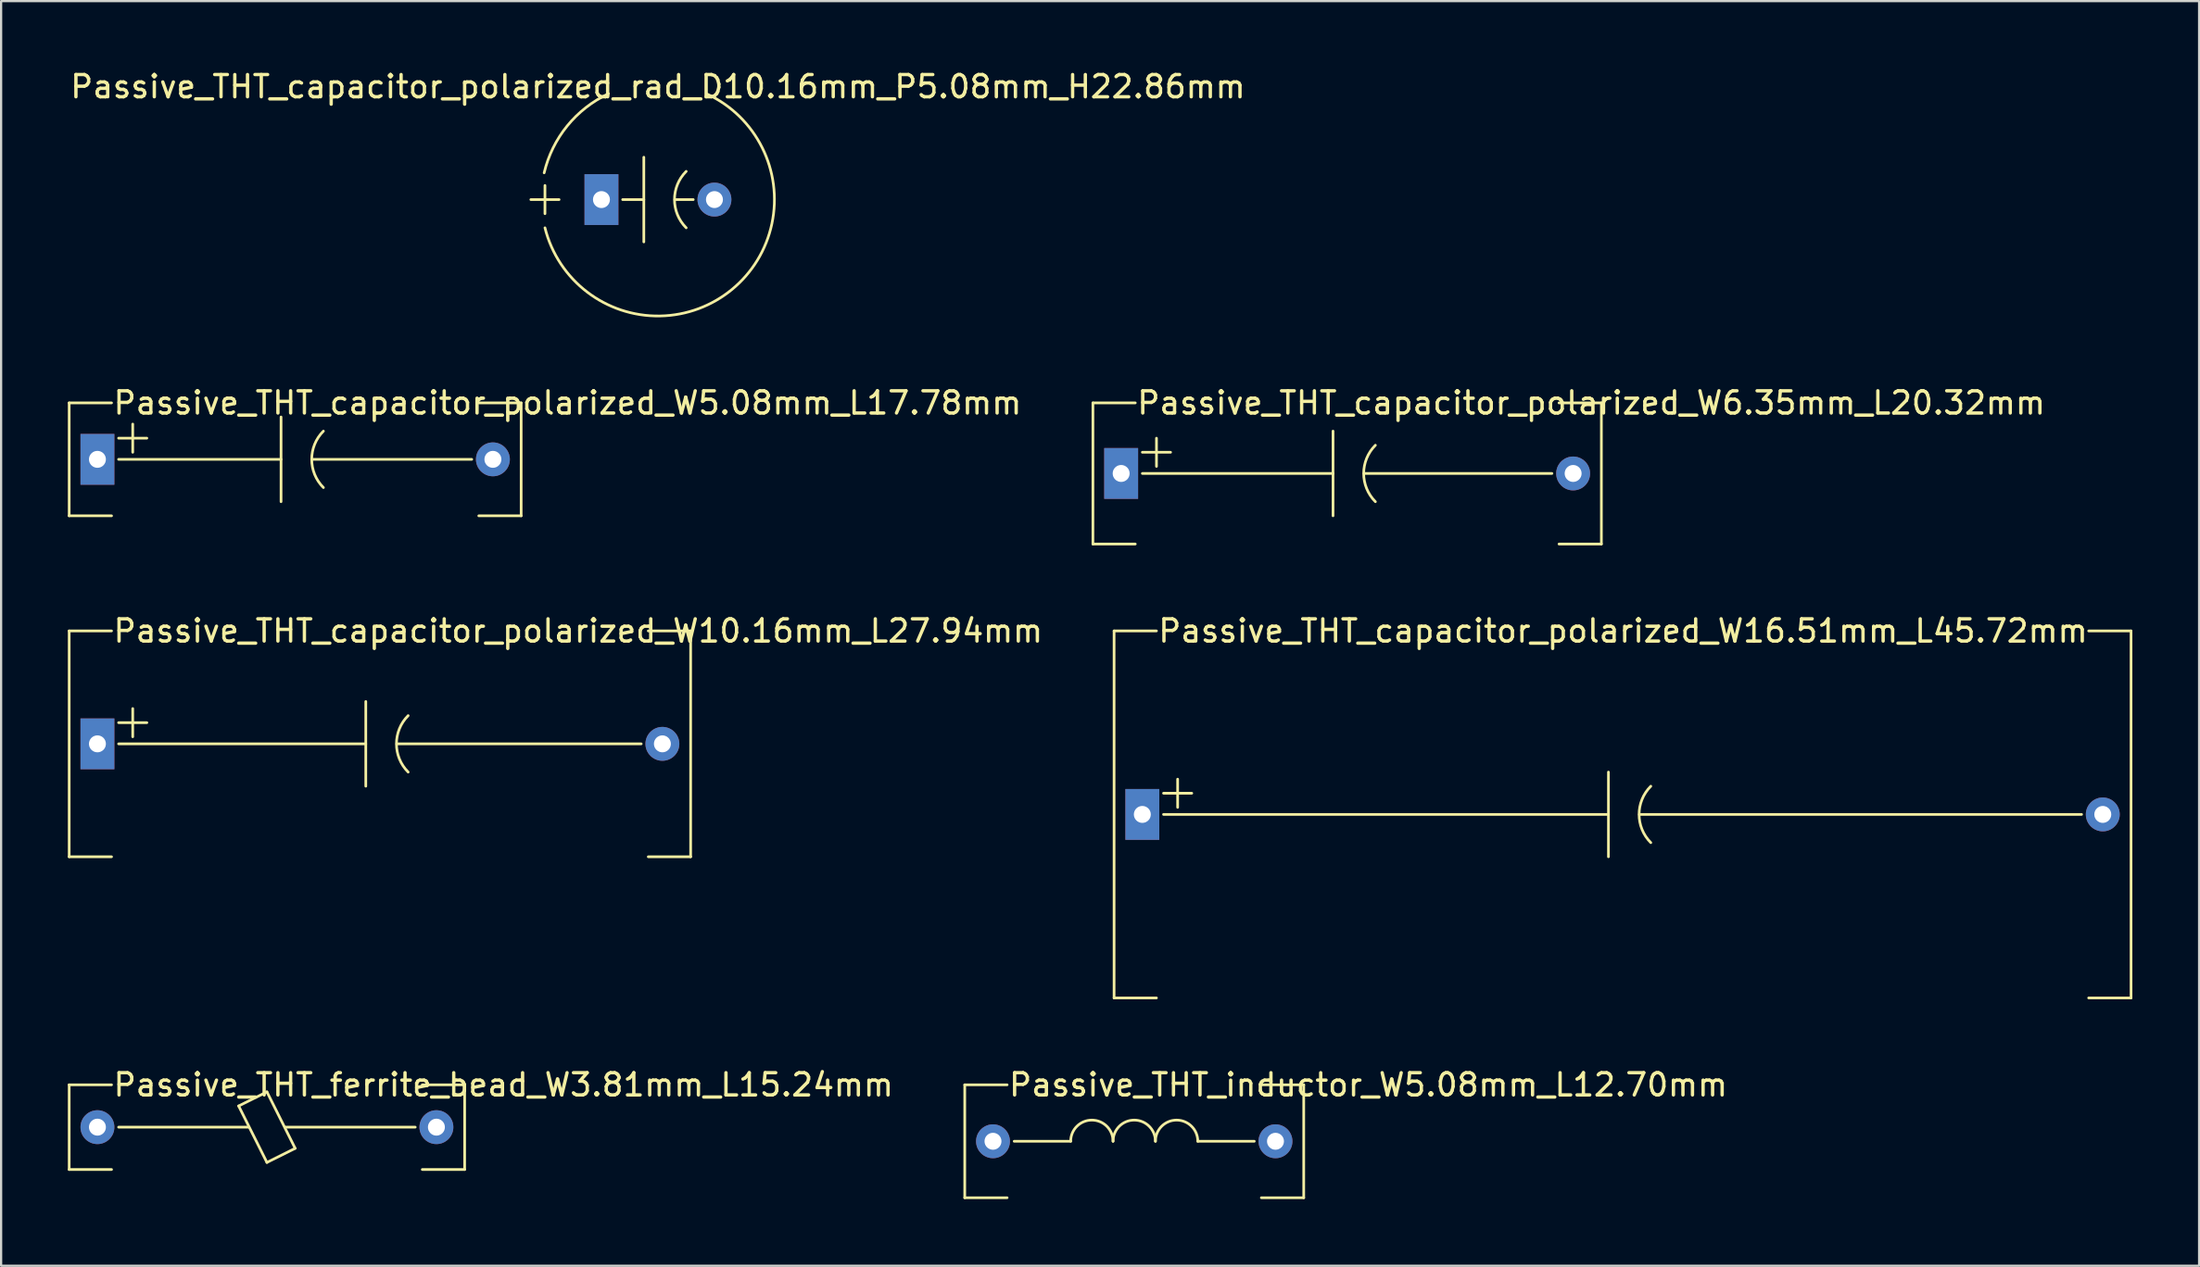
<source format=kicad_pcb>
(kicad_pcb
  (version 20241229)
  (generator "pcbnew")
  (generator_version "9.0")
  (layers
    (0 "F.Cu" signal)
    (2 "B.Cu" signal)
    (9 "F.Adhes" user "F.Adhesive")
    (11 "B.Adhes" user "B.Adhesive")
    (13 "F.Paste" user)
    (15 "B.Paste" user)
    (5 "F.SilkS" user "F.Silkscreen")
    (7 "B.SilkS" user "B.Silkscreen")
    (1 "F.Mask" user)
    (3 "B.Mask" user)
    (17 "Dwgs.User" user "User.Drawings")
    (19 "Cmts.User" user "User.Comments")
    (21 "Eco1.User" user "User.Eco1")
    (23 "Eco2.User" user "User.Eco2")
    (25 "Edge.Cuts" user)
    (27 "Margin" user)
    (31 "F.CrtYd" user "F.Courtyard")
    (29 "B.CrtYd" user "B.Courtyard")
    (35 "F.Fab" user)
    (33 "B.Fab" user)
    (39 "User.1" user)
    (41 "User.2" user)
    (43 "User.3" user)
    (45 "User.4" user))
  (footprint "Passive_THT_inductor_W5.08mm_L12.70mm"
    (layer "F.Cu")
    (at 47.943 48.289)
    (property "Reference" "Passive_THT_inductor_W5.08mm_L12.70mm" (at -5.715 -2.54 0) (layer "F.SilkS") (effects (font (size 1 1) (thickness 0.15)) (justify left)))
    (attr through_hole)
    (fp_line (start -7.62 -2.54) (end -5.715 -2.54) (stroke (width 0.12) (type solid)) (layer "F.SilkS"))
    (fp_line (start -7.62 2.54) (end -7.62 -2.54) (stroke (width 0.12) (type solid)) (layer "F.SilkS"))
    (fp_line (start -5.715 2.54) (end -7.62 2.54) (stroke (width 0.12) (type solid)) (layer "F.SilkS"))
    (fp_line (start -5.397 0) (end -2.857 0) (stroke (width 0.12) (type solid)) (layer "F.SilkS"))
    (fp_line (start 2.857 0) (end 5.397 0) (stroke (width 0.12) (type solid)) (layer "F.SilkS"))
    (fp_line (start 5.715 -2.54) (end 7.62 -2.54) (stroke (width 0.12) (type solid)) (layer "F.SilkS"))
    (fp_line (start 7.62 -2.54) (end 7.62 2.54) (stroke (width 0.12) (type solid)) (layer "F.SilkS"))
    (fp_line (start 7.62 2.54) (end 5.715 2.54) (stroke (width 0.12) (type solid)) (layer "F.SilkS"))
    (fp_arc (start -2.8575 0) (mid -1.905 -0.9525) (end -0.9525 0) (stroke (width 0.12) (type solid)) (layer "F.SilkS"))
    (fp_arc (start -0.9525 0) (mid 0 -0.9525) (end 0.9525 0) (stroke (width 0.12) (type solid)) (layer "F.SilkS"))
    (fp_arc (start 0.9525 0) (mid 1.905 -0.9525) (end 2.8575 0) (stroke (width 0.12) (type solid)) (layer "F.SilkS"))
    (pad "1" thru_hole circle (at -6.35 0) (size 1.524 1.524) (drill 0.762) (layers "*.Cu" "*.Mask"))
    (pad "2" thru_hole circle (at 6.35 0) (size 1.524 1.524) (drill 0.762) (layers "*.Cu" "*.Mask")))
  (footprint "Passive_THT_ferrite_bead_W3.81mm_L15.24mm"
    (layer "F.Cu")
    (at 8.95 47.654)
    (property "Reference" "Passive_THT_ferrite_bead_W3.81mm_L15.24mm" (at -6.985 -1.905 0) (layer "F.SilkS") (effects (font (size 1 1) (thickness 0.15)) (justify left)))
    (attr through_hole)
    (fp_line (start -8.89 -1.905) (end -6.985 -1.905) (stroke (width 0.12) (type solid)) (layer "F.SilkS"))
    (fp_line (start -8.89 1.905) (end -8.89 -1.905) (stroke (width 0.12) (type solid)) (layer "F.SilkS"))
    (fp_line (start -6.985 1.905) (end -8.89 1.905) (stroke (width 0.12) (type solid)) (layer "F.SilkS"))
    (fp_line (start -6.668 0) (end -0.826 0) (stroke (width 0.12) (type solid)) (layer "F.SilkS"))
    (fp_line (start -1.27 -0.953) (end 0 1.587) (stroke (width 0.12) (type solid)) (layer "F.SilkS"))
    (fp_line (start 0 -1.587) (end -1.27 -0.953) (stroke (width 0.12) (type solid)) (layer "F.SilkS"))
    (fp_line (start 0 1.587) (end 1.27 0.953) (stroke (width 0.12) (type solid)) (layer "F.SilkS"))
    (fp_line (start 0.826 0) (end 6.668 0) (stroke (width 0.12) (type solid)) (layer "F.SilkS"))
    (fp_line (start 1.27 0.953) (end 0 -1.587) (stroke (width 0.12) (type solid)) (layer "F.SilkS"))
    (fp_line (start 6.985 -1.905) (end 8.89 -1.905) (stroke (width 0.12) (type solid)) (layer "F.SilkS"))
    (fp_line (start 8.89 -1.905) (end 8.89 1.905) (stroke (width 0.12) (type solid)) (layer "F.SilkS"))
    (fp_line (start 8.89 1.905) (end 6.985 1.905) (stroke (width 0.12) (type solid)) (layer "F.SilkS"))
    (pad "1" thru_hole circle (at -7.62 0) (size 1.524 1.524) (drill 0.762) (layers "*.Cu" "*.Mask"))
    (pad "2" thru_hole circle (at 7.62 0) (size 1.524 1.524) (drill 0.762) (layers "*.Cu" "*.Mask")))
  (footprint "Passive_THT_capacitor_polarized_W6.35mm_L20.32mm"
    (layer "F.Cu")
    (at 57.515 18.248)
    (property "Reference" "Passive_THT_capacitor_polarized_W6.35mm_L20.32mm" (at -9.525 -3.175 0) (layer "F.SilkS") (effects (font (size 1 1) (thickness 0.15)) (justify left)))
    (attr through_hole)
    (fp_line (start -11.43 -3.175) (end -9.525 -3.175) (stroke (width 0.12) (type solid)) (layer "F.SilkS"))
    (fp_line (start -11.43 3.175) (end -11.43 -3.175) (stroke (width 0.12) (type solid)) (layer "F.SilkS"))
    (fp_line (start -9.525 3.175) (end -11.43 3.175) (stroke (width 0.12) (type solid)) (layer "F.SilkS"))
    (fp_line (start -9.207 0) (end -0.635 0) (stroke (width 0.12) (type solid)) (layer "F.SilkS"))
    (fp_line (start -8.572 -0.318) (end -8.572 -1.587) (stroke (width 0.12) (type solid)) (layer "F.SilkS"))
    (fp_line (start -7.938 -0.953) (end -9.207 -0.953) (stroke (width 0.12) (type solid)) (layer "F.SilkS"))
    (fp_line (start -0.635 -1.905) (end -0.635 1.905) (stroke (width 0.12) (type solid)) (layer "F.SilkS"))
    (fp_line (start 0.762 0) (end 9.207 0) (stroke (width 0.12) (type solid)) (layer "F.SilkS"))
    (fp_line (start 9.525 -3.175) (end 11.43 -3.175) (stroke (width 0.12) (type solid)) (layer "F.SilkS"))
    (fp_line (start 11.43 -3.175) (end 11.43 3.175) (stroke (width 0.12) (type solid)) (layer "F.SilkS"))
    (fp_line (start 11.43 3.175) (end 9.525 3.175) (stroke (width 0.12) (type solid)) (layer "F.SilkS"))
    (fp_arc (start 1.270001 1.269999) (mid 0.74395 0) (end 1.270001 -1.269999) (stroke (width 0.12) (type solid)) (layer "F.SilkS"))
    (pad "1" thru_hole rect (at -10.16 0) (size 1.524 2.286) (drill 0.762) (layers "*.Cu" "*.Mask"))
    (pad "2" thru_hole circle (at 10.16 0) (size 1.524 1.524) (drill 0.762) (layers "*.Cu" "*.Mask")))
  (footprint "Passive_THT_capacitor_polarized_W10.16mm_L27.94mm"
    (layer "F.Cu")
    (at 14.03 30.411)
    (property "Reference" "Passive_THT_capacitor_polarized_W10.16mm_L27.94mm" (at -12.065 -5.08 0) (layer "F.SilkS") (effects (font (size 1 1) (thickness 0.15)) (justify left)))
    (attr through_hole)
    (fp_line (start -13.97 -5.08) (end -12.065 -5.08) (stroke (width 0.12) (type solid)) (layer "F.SilkS"))
    (fp_line (start -13.97 5.08) (end -13.97 -5.08) (stroke (width 0.12) (type solid)) (layer "F.SilkS"))
    (fp_line (start -12.065 5.08) (end -13.97 5.08) (stroke (width 0.12) (type solid)) (layer "F.SilkS"))
    (fp_line (start -11.748 0) (end -0.635 0) (stroke (width 0.12) (type solid)) (layer "F.SilkS"))
    (fp_line (start -11.113 -0.318) (end -11.113 -1.587) (stroke (width 0.12) (type solid)) (layer "F.SilkS"))
    (fp_line (start -10.477 -0.953) (end -11.748 -0.953) (stroke (width 0.12) (type solid)) (layer "F.SilkS"))
    (fp_line (start -0.635 -1.905) (end -0.635 1.905) (stroke (width 0.12) (type solid)) (layer "F.SilkS"))
    (fp_line (start 0.762 0) (end 11.748 0) (stroke (width 0.12) (type solid)) (layer "F.SilkS"))
    (fp_line (start 12.065 -5.08) (end 13.97 -5.08) (stroke (width 0.12) (type solid)) (layer "F.SilkS"))
    (fp_line (start 13.97 -5.08) (end 13.97 5.08) (stroke (width 0.12) (type solid)) (layer "F.SilkS"))
    (fp_line (start 13.97 5.08) (end 12.065 5.08) (stroke (width 0.12) (type solid)) (layer "F.SilkS"))
    (fp_arc (start 1.270001 1.269999) (mid 0.74395 0) (end 1.270001 -1.269999) (stroke (width 0.12) (type solid)) (layer "F.SilkS"))
    (pad "1" thru_hole rect (at -12.7 0) (size 1.524 2.286) (drill 0.762) (layers "*.Cu" "*.Mask"))
    (pad "2" thru_hole circle (at 12.7 0) (size 1.524 1.524) (drill 0.762) (layers "*.Cu" "*.Mask")))
  (footprint "Passive_THT_capacitor_polarized_W5.08mm_L17.78mm"
    (layer "F.Cu")
    (at 10.22 17.613)
    (property "Reference" "Passive_THT_capacitor_polarized_W5.08mm_L17.78mm" (at -8.255 -2.54 0) (layer "F.SilkS") (effects (font (size 1 1) (thickness 0.15)) (justify left)))
    (attr through_hole)
    (fp_line (start -10.16 -2.54) (end -8.255 -2.54) (stroke (width 0.12) (type solid)) (layer "F.SilkS"))
    (fp_line (start -10.16 2.54) (end -10.16 -2.54) (stroke (width 0.12) (type solid)) (layer "F.SilkS"))
    (fp_line (start -8.255 2.54) (end -10.16 2.54) (stroke (width 0.12) (type solid)) (layer "F.SilkS"))
    (fp_line (start -7.938 0) (end -0.635 0) (stroke (width 0.12) (type solid)) (layer "F.SilkS"))
    (fp_line (start -7.303 -0.318) (end -7.303 -1.587) (stroke (width 0.12) (type solid)) (layer "F.SilkS"))
    (fp_line (start -6.668 -0.953) (end -7.938 -0.953) (stroke (width 0.12) (type solid)) (layer "F.SilkS"))
    (fp_line (start -0.635 -1.905) (end -0.635 1.905) (stroke (width 0.12) (type solid)) (layer "F.SilkS"))
    (fp_line (start 0.762 0) (end 7.938 0) (stroke (width 0.12) (type solid)) (layer "F.SilkS"))
    (fp_line (start 8.255 -2.54) (end 10.16 -2.54) (stroke (width 0.12) (type solid)) (layer "F.SilkS"))
    (fp_line (start 10.16 -2.54) (end 10.16 2.54) (stroke (width 0.12) (type solid)) (layer "F.SilkS"))
    (fp_line (start 10.16 2.54) (end 8.255 2.54) (stroke (width 0.12) (type solid)) (layer "F.SilkS"))
    (fp_arc (start 1.270001 1.269999) (mid 0.74395 0) (end 1.270001 -1.269999) (stroke (width 0.12) (type solid)) (layer "F.SilkS"))
    (pad "1" thru_hole rect (at -8.89 0) (size 1.524 2.286) (drill 0.762) (layers "*.Cu" "*.Mask"))
    (pad "2" thru_hole circle (at 8.89 0) (size 1.524 1.524) (drill 0.762) (layers "*.Cu" "*.Mask")))
  (footprint "Passive_THT_capacitor_polarized_rad_D10.16mm_P5.08mm_H22.86mm"
    (layer "F.Cu")
    (at 26.53 5.928)
    (property "Reference" "Passive_THT_capacitor_polarized_rad_D10.16mm_P5.08mm_H22.86mm" (at 0 -5.08 0) (layer "F.SilkS") (effects (font (size 1 1) (thickness 0.15))))
    (attr through_hole)
    (fp_line (start -5.08 0.635) (end -5.08 -0.635) (stroke (width 0.12) (type solid)) (layer "F.SilkS"))
    (fp_line (start -4.445 0) (end -5.715 0) (stroke (width 0.12) (type solid)) (layer "F.SilkS"))
    (fp_line (start -0.635 -1.905) (end -0.635 1.905) (stroke (width 0.12) (type solid)) (layer "F.SilkS"))
    (fp_line (start -0.635 0) (end -1.587 0) (stroke (width 0.12) (type solid)) (layer "F.SilkS"))
    (fp_line (start 1.587 0) (end 0.762 0) (stroke (width 0.12) (type solid)) (layer "F.SilkS"))
    (fp_arc (start -5.115851 -1.20373) (mid -4.077874 -3.315395) (end -2.222499 -4.762499) (stroke (width 0.12) (type solid)) (layer "F.SilkS"))
    (fp_arc (start 1.270001 1.269999) (mid 0.74395 0) (end 1.270001 -1.269999) (stroke (width 0.12) (type solid)) (layer "F.SilkS"))
    (fp_arc (start 2.214374 -4.745085) (mid 3.331405 4.039929) (end -5.079999 1.269999) (stroke (width 0.12) (type solid)) (layer "F.SilkS"))
    (pad "1" thru_hole rect (at -2.54 0) (size 1.524 2.286) (drill 0.762) (layers "*.Cu" "*.Mask"))
    (pad "2" thru_hole circle (at 2.54 0) (size 1.524 1.524) (drill 0.762) (layers "*.Cu" "*.Mask")))
  (footprint "Passive_THT_capacitor_polarized_W16.51mm_L45.72mm"
    (layer "F.Cu")
    (at 69.897 33.586)
    (property "Reference" "Passive_THT_capacitor_polarized_W16.51mm_L45.72mm" (at -20.955 -8.255 0) (layer "F.SilkS") (effects (font (size 1 1) (thickness 0.15)) (justify left)))
    (attr through_hole)
    (fp_line (start -22.86 -8.255) (end -20.955 -8.255) (stroke (width 0.12) (type solid)) (layer "F.SilkS"))
    (fp_line (start -22.86 8.255) (end -22.86 -8.255) (stroke (width 0.12) (type solid)) (layer "F.SilkS"))
    (fp_line (start -20.955 8.255) (end -22.86 8.255) (stroke (width 0.12) (type solid)) (layer "F.SilkS"))
    (fp_line (start -20.637 0) (end -0.635 0) (stroke (width 0.12) (type solid)) (layer "F.SilkS"))
    (fp_line (start -20.003 -0.318) (end -20.003 -1.587) (stroke (width 0.12) (type solid)) (layer "F.SilkS"))
    (fp_line (start -19.367 -0.953) (end -20.637 -0.953) (stroke (width 0.12) (type solid)) (layer "F.SilkS"))
    (fp_line (start -0.635 -1.905) (end -0.635 1.905) (stroke (width 0.12) (type solid)) (layer "F.SilkS"))
    (fp_line (start 0.762 0) (end 20.637 0) (stroke (width 0.12) (type solid)) (layer "F.SilkS"))
    (fp_line (start 20.955 -8.255) (end 22.86 -8.255) (stroke (width 0.12) (type solid)) (layer "F.SilkS"))
    (fp_line (start 22.86 -8.255) (end 22.86 8.255) (stroke (width 0.12) (type solid)) (layer "F.SilkS"))
    (fp_line (start 22.86 8.255) (end 20.955 8.255) (stroke (width 0.12) (type solid)) (layer "F.SilkS"))
    (fp_arc (start 1.270001 1.269999) (mid 0.74395 0) (end 1.270001 -1.269999) (stroke (width 0.12) (type solid)) (layer "F.SilkS"))
    (pad "1" thru_hole rect (at -21.59 0) (size 1.524 2.286) (drill 0.762) (layers "*.Cu" "*.Mask"))
    (pad "2" thru_hole circle (at 21.59 0) (size 1.524 1.524) (drill 0.762) (layers "*.Cu" "*.Mask")))
  (gr_rect
    (start -3 -3)
    (end 95.817 53.889)
    (stroke (width 0.1) (type default))
    (fill no)
    (layer "Edge.Cuts")))
</source>
